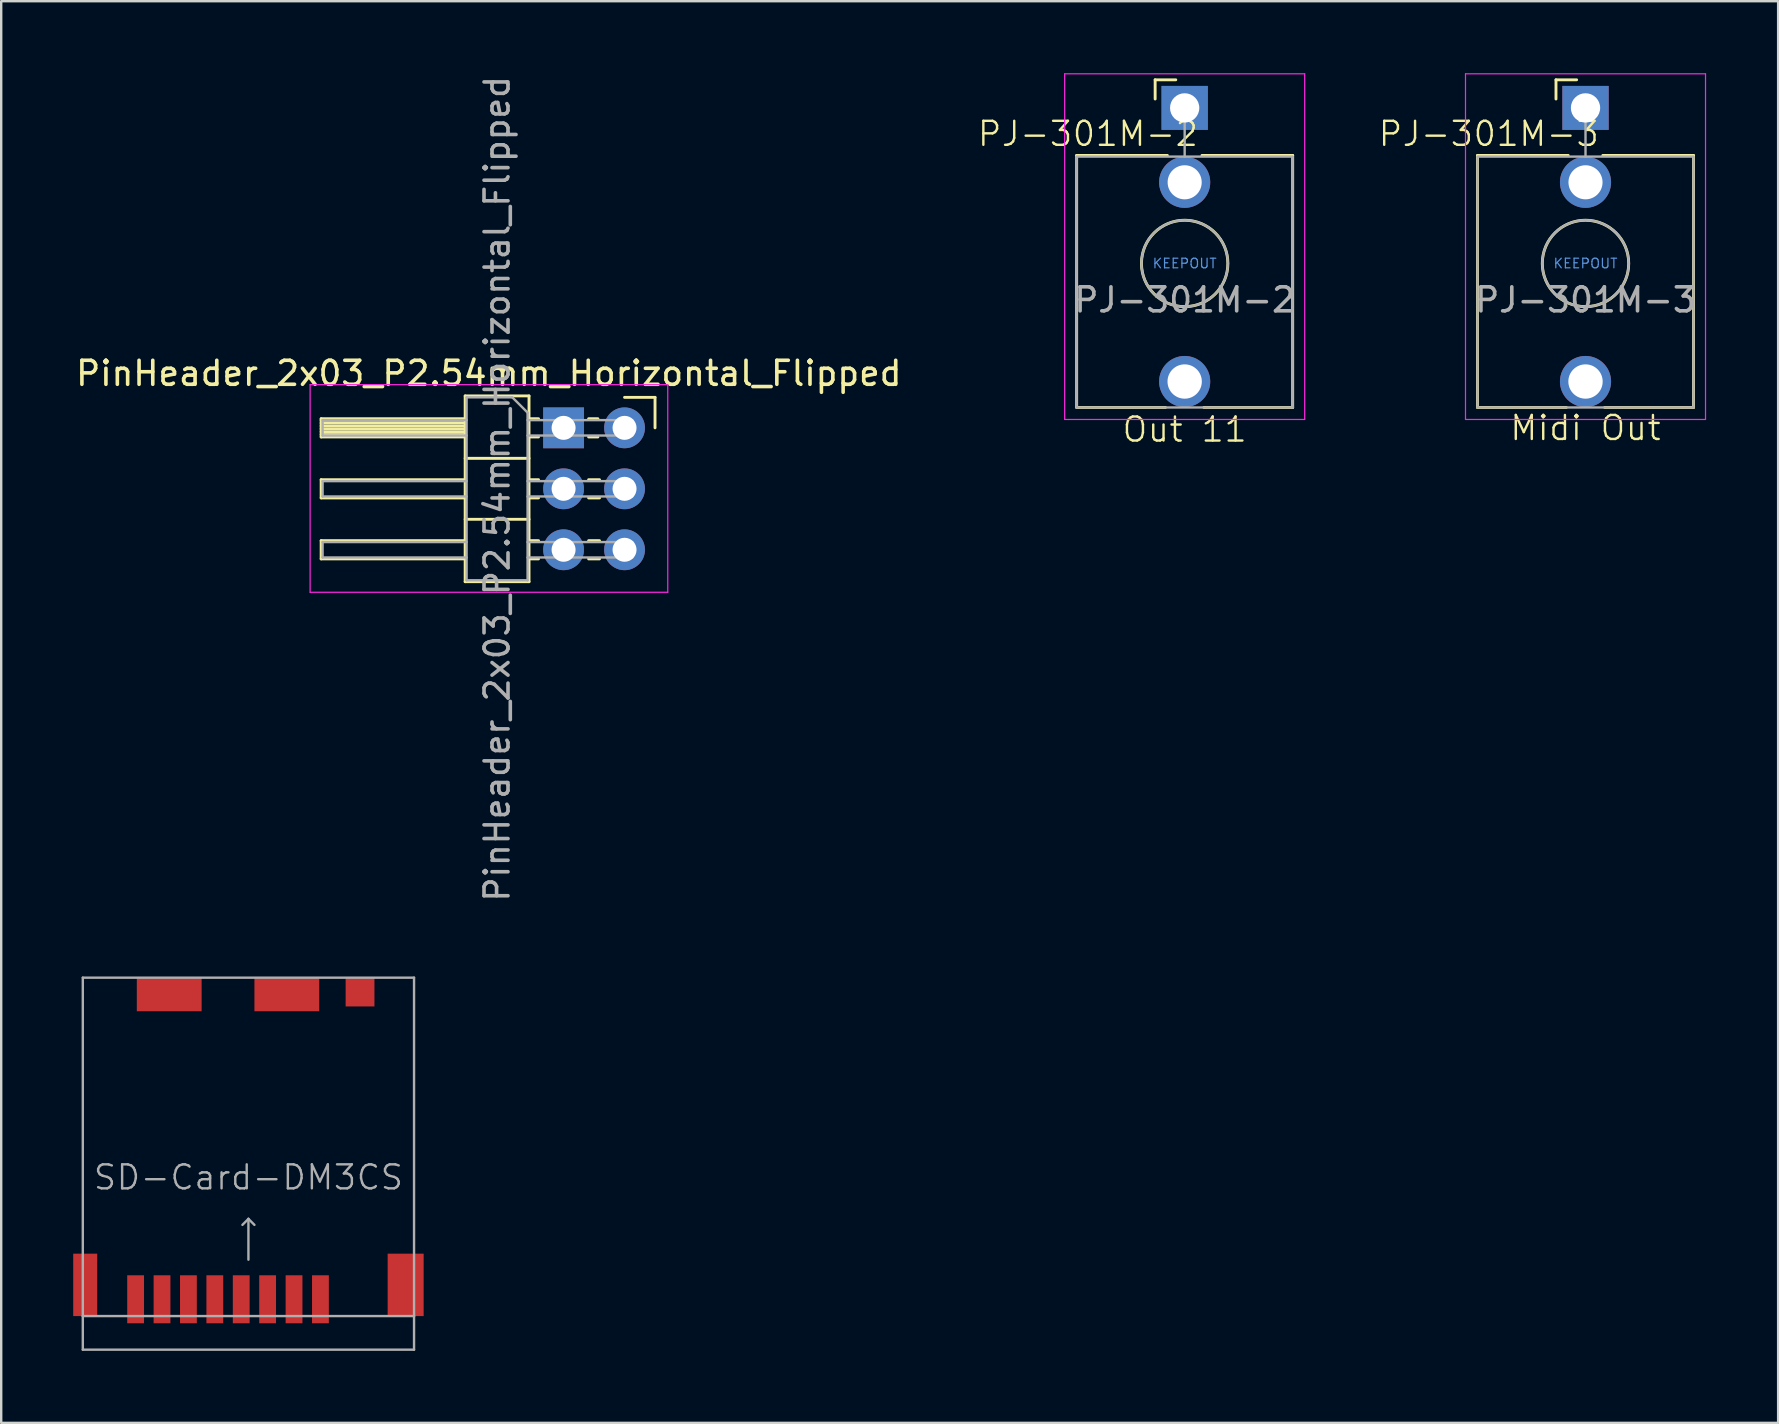
<source format=kicad_pcb>
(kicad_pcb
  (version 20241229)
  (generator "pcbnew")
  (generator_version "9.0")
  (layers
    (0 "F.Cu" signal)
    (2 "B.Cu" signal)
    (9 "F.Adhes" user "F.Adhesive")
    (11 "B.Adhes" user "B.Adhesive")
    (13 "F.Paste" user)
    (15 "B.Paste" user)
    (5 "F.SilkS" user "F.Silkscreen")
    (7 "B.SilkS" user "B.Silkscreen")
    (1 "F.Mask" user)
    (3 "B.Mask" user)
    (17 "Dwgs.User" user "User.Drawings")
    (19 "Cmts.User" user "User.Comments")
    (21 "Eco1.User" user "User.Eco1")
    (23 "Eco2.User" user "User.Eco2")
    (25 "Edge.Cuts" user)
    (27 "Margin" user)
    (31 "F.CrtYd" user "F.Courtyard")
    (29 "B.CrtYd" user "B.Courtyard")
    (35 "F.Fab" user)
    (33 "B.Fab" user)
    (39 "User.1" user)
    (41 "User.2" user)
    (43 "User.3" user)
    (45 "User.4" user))
  (footprint "SD-Card-DM3CS"
    (layer "F.Cu")
    (at 7.3 44.731)
    (property "Reference" "SD-Card-DM3CS" (at 0 1.27 0) (layer "F.Fab") (effects (font (size 1 1) (thickness 0.1))))
    (attr through_hole)
    (fp_line (start -6.9 -7.05) (end 6.9 -7.05) (stroke (width 0.1) (type solid)) (layer "F.Fab"))
    (fp_line (start -6.9 7.05) (end -6.9 -7.05) (stroke (width 0.1) (type solid)) (layer "F.Fab"))
    (fp_line (start -6.9 8.45) (end -6.9 7.05) (stroke (width 0.1) (type solid)) (layer "F.Fab"))
    (fp_line (start 0 3) (end -0.25 3.25) (stroke (width 0.1) (type solid)) (layer "F.Fab"))
    (fp_line (start 0 3) (end 0.25 3.25) (stroke (width 0.1) (type solid)) (layer "F.Fab"))
    (fp_line (start 0 4.7) (end 0 3) (stroke (width 0.1) (type solid)) (layer "F.Fab"))
    (fp_line (start 6.9 -7.05) (end 6.9 7.05) (stroke (width 0.1) (type solid)) (layer "F.Fab"))
    (fp_line (start 6.9 7.05) (end -6.9 7.05) (stroke (width 0.1) (type solid)) (layer "F.Fab"))
    (fp_line (start 6.9 7.05) (end 6.9 8.45) (stroke (width 0.1) (type solid)) (layer "F.Fab"))
    (fp_line (start 6.9 8.45) (end -6.9 8.45) (stroke (width 0.1) (type solid)) (layer "F.Fab"))
    (pad "1" smd rect (at 3 6.35) (size 0.7 2) (layers "F.Cu" "F.Mask" "F.Paste"))
    (pad "2" smd rect (at 1.9 6.35) (size 0.7 2) (layers "F.Cu" "F.Mask" "F.Paste"))
    (pad "3" smd rect (at 0.8 6.35) (size 0.7 2) (layers "F.Cu" "F.Mask" "F.Paste"))
    (pad "4" smd rect (at -0.3 6.35) (size 0.7 2) (layers "F.Cu" "F.Mask" "F.Paste"))
    (pad "5" smd rect (at -1.4 6.35) (size 0.7 2) (layers "F.Cu" "F.Mask" "F.Paste"))
    (pad "6" smd rect (at -2.5 6.35) (size 0.7 2) (layers "F.Cu" "F.Mask" "F.Paste"))
    (pad "7" smd rect (at -3.6 6.35) (size 0.7 2) (layers "F.Cu" "F.Mask" "F.Paste"))
    (pad "8" smd rect (at -4.7 6.35) (size 0.7 2) (layers "F.Cu" "F.Mask" "F.Paste"))
    (pad "9" smd rect (at -6.8 5.75) (size 1 2.6) (layers "F.Cu" "F.Mask" "F.Paste"))
    (pad "9" smd rect (at -3.3 -6.35) (size 2.7 1.4) (layers "F.Cu" "F.Mask" "F.Paste"))
    (pad "9" smd rect (at 1.6 -6.35) (size 2.7 1.4) (layers "F.Cu" "F.Mask" "F.Paste"))
    (pad "9" smd rect (at 4.65 -6.45) (size 1.2 1.2) (layers "F.Cu" "F.Mask" "F.Paste"))
    (pad "9" smd rect (at 6.55 5.75) (size 1.5 2.6) (layers "F.Cu" "F.Mask" "F.Paste")))
  (footprint "PinHeader_2x03_P2.54mm_Horizontal_Flipped"
    (layer "F.Cu")
    (at 20.43 14.775)
    (property "Reference" "PinHeader_2x03_P2.54mm_Horizontal_Flipped" (at -3.115 -2.27 180) (layer "F.SilkS") (effects (font (size 1 1) (thickness 0.15))))
    (attr through_hole)
    (fp_line (start -10.1 -0.38) (end -10.1 0.38) (stroke (width 0.12) (type solid)) (layer "F.SilkS"))
    (fp_line (start -10.1 0.38) (end -4.1 0.38) (stroke (width 0.12) (type solid)) (layer "F.SilkS"))
    (fp_line (start -10.1 2.16) (end -10.1 2.92) (stroke (width 0.12) (type solid)) (layer "F.SilkS"))
    (fp_line (start -10.1 2.92) (end -4.1 2.92) (stroke (width 0.12) (type solid)) (layer "F.SilkS"))
    (fp_line (start -10.1 4.7) (end -10.1 5.46) (stroke (width 0.12) (type solid)) (layer "F.SilkS"))
    (fp_line (start -10.1 5.46) (end -4.1 5.46) (stroke (width 0.12) (type solid)) (layer "F.SilkS"))
    (fp_line (start -4.1 -1.33) (end -1.44 -1.33) (stroke (width 0.12) (type solid)) (layer "F.SilkS"))
    (fp_line (start -4.1 -0.38) (end -10.1 -0.38) (stroke (width 0.12) (type solid)) (layer "F.SilkS"))
    (fp_line (start -4.1 -0.32) (end -10.1 -0.32) (stroke (width 0.12) (type solid)) (layer "F.SilkS"))
    (fp_line (start -4.1 -0.2) (end -10.1 -0.2) (stroke (width 0.12) (type solid)) (layer "F.SilkS"))
    (fp_line (start -4.1 -0.08) (end -10.1 -0.08) (stroke (width 0.12) (type solid)) (layer "F.SilkS"))
    (fp_line (start -4.1 0.04) (end -10.1 0.04) (stroke (width 0.12) (type solid)) (layer "F.SilkS"))
    (fp_line (start -4.1 0.16) (end -10.1 0.16) (stroke (width 0.12) (type solid)) (layer "F.SilkS"))
    (fp_line (start -4.1 0.28) (end -10.1 0.28) (stroke (width 0.12) (type solid)) (layer "F.SilkS"))
    (fp_line (start -4.1 2.16) (end -10.1 2.16) (stroke (width 0.12) (type solid)) (layer "F.SilkS"))
    (fp_line (start -4.1 4.7) (end -10.1 4.7) (stroke (width 0.12) (type solid)) (layer "F.SilkS"))
    (fp_line (start -4.1 6.41) (end -4.1 -1.33) (stroke (width 0.12) (type solid)) (layer "F.SilkS"))
    (fp_line (start -1.44 -1.33) (end -1.44 6.41) (stroke (width 0.12) (type solid)) (layer "F.SilkS"))
    (fp_line (start -1.44 1.27) (end -4.1 1.27) (stroke (width 0.12) (type solid)) (layer "F.SilkS"))
    (fp_line (start -1.44 3.81) (end -4.1 3.81) (stroke (width 0.12) (type solid)) (layer "F.SilkS"))
    (fp_line (start -1.44 6.41) (end -4.1 6.41) (stroke (width 0.12) (type solid)) (layer "F.SilkS"))
    (fp_line (start -1.043 -0.38) (end -1.44 -0.38) (stroke (width 0.12) (type solid)) (layer "F.SilkS"))
    (fp_line (start -1.043 0.38) (end -1.44 0.38) (stroke (width 0.12) (type solid)) (layer "F.SilkS"))
    (fp_line (start -1.043 2.16) (end -1.44 2.16) (stroke (width 0.12) (type solid)) (layer "F.SilkS"))
    (fp_line (start -1.043 2.92) (end -1.44 2.92) (stroke (width 0.12) (type solid)) (layer "F.SilkS"))
    (fp_line (start -1.043 4.7) (end -1.44 4.7) (stroke (width 0.12) (type solid)) (layer "F.SilkS"))
    (fp_line (start -1.043 5.46) (end -1.44 5.46) (stroke (width 0.12) (type solid)) (layer "F.SilkS"))
    (fp_line (start 1.43 -0.38) (end 1.043 -0.38) (stroke (width 0.12) (type solid)) (layer "F.SilkS"))
    (fp_line (start 1.43 0.38) (end 1.043 0.38) (stroke (width 0.12) (type solid)) (layer "F.SilkS"))
    (fp_line (start 1.497 2.16) (end 1.043 2.16) (stroke (width 0.12) (type solid)) (layer "F.SilkS"))
    (fp_line (start 1.497 2.92) (end 1.043 2.92) (stroke (width 0.12) (type solid)) (layer "F.SilkS"))
    (fp_line (start 1.497 4.7) (end 1.043 4.7) (stroke (width 0.12) (type solid)) (layer "F.SilkS"))
    (fp_line (start 1.497 5.46) (end 1.043 5.46) (stroke (width 0.12) (type solid)) (layer "F.SilkS"))
    (fp_line (start 3.81 -1.27) (end 2.54 -1.27) (stroke (width 0.12) (type solid)) (layer "F.SilkS"))
    (fp_line (start 3.81 0) (end 3.81 -1.27) (stroke (width 0.12) (type solid)) (layer "F.SilkS"))
    (fp_line (start -10.56 -1.8) (end 4.34 -1.8) (stroke (width 0.05) (type solid)) (layer "F.CrtYd"))
    (fp_line (start -10.56 6.85) (end -10.56 -1.8) (stroke (width 0.05) (type solid)) (layer "F.CrtYd"))
    (fp_line (start 4.34 -1.8) (end 4.34 6.85) (stroke (width 0.05) (type solid)) (layer "F.CrtYd"))
    (fp_line (start 4.34 6.85) (end -10.56 6.85) (stroke (width 0.05) (type solid)) (layer "F.CrtYd"))
    (fp_line (start -10.04 -0.32) (end -10.04 0.32) (stroke (width 0.1) (type solid)) (layer "F.Fab"))
    (fp_line (start -10.04 2.22) (end -10.04 2.86) (stroke (width 0.1) (type solid)) (layer "F.Fab"))
    (fp_line (start -10.04 4.76) (end -10.04 5.4) (stroke (width 0.1) (type solid)) (layer "F.Fab"))
    (fp_line (start -4.04 -1.27) (end -4.04 6.35) (stroke (width 0.1) (type solid)) (layer "F.Fab"))
    (fp_line (start -4.04 -0.32) (end -10.04 -0.32) (stroke (width 0.1) (type solid)) (layer "F.Fab"))
    (fp_line (start -4.04 0.32) (end -10.04 0.32) (stroke (width 0.1) (type solid)) (layer "F.Fab"))
    (fp_line (start -4.04 2.22) (end -10.04 2.22) (stroke (width 0.1) (type solid)) (layer "F.Fab"))
    (fp_line (start -4.04 2.86) (end -10.04 2.86) (stroke (width 0.1) (type solid)) (layer "F.Fab"))
    (fp_line (start -4.04 4.76) (end -10.04 4.76) (stroke (width 0.1) (type solid)) (layer "F.Fab"))
    (fp_line (start -4.04 5.4) (end -10.04 5.4) (stroke (width 0.1) (type solid)) (layer "F.Fab"))
    (fp_line (start -4.04 6.35) (end -1.5 6.35) (stroke (width 0.1) (type solid)) (layer "F.Fab"))
    (fp_line (start -2.135 -1.27) (end -4.04 -1.27) (stroke (width 0.1) (type solid)) (layer "F.Fab"))
    (fp_line (start -1.5 -0.635) (end -2.135 -1.27) (stroke (width 0.1) (type solid)) (layer "F.Fab"))
    (fp_line (start -1.5 6.35) (end -1.5 -0.635) (stroke (width 0.1) (type solid)) (layer "F.Fab"))
    (fp_line (start 2.86 -0.32) (end -1.5 -0.32) (stroke (width 0.1) (type solid)) (layer "F.Fab"))
    (fp_line (start 2.86 -0.32) (end 2.86 0.32) (stroke (width 0.1) (type solid)) (layer "F.Fab"))
    (fp_line (start 2.86 0.32) (end -1.5 0.32) (stroke (width 0.1) (type solid)) (layer "F.Fab"))
    (fp_line (start 2.86 2.22) (end -1.5 2.22) (stroke (width 0.1) (type solid)) (layer "F.Fab"))
    (fp_line (start 2.86 2.22) (end 2.86 2.86) (stroke (width 0.1) (type solid)) (layer "F.Fab"))
    (fp_line (start 2.86 2.86) (end -1.5 2.86) (stroke (width 0.1) (type solid)) (layer "F.Fab"))
    (fp_line (start 2.86 4.76) (end -1.5 4.76) (stroke (width 0.1) (type solid)) (layer "F.Fab"))
    (fp_line (start 2.86 4.76) (end 2.86 5.4) (stroke (width 0.1) (type solid)) (layer "F.Fab"))
    (fp_line (start 2.86 5.4) (end -1.5 5.4) (stroke (width 0.1) (type solid)) (layer "F.Fab"))
    (fp_text user "${REFERENCE}" (at -2.77 2.54 90) (layer "F.Fab") (effects (font (size 1 1) (thickness 0.15))))
    (pad "1" thru_hole rect (at 0 0) (size 1.7 1.7) (drill 1) (layers "*.Cu" "*.Mask"))
    (pad "2" thru_hole oval (at 2.54 0) (size 1.7 1.7) (drill 1) (layers "*.Cu" "*.Mask"))
    (pad "3" thru_hole oval (at 0 2.54) (size 1.7 1.7) (drill 1) (layers "*.Cu" "*.Mask"))
    (pad "4" thru_hole oval (at 2.54 2.54) (size 1.7 1.7) (drill 1) (layers "*.Cu" "*.Mask"))
    (pad "5" thru_hole oval (at 0 5.08) (size 1.7 1.7) (drill 1) (layers "*.Cu" "*.Mask"))
    (pad "6" thru_hole oval (at 2.54 5.08) (size 1.7 1.7) (drill 1) (layers "*.Cu" "*.Mask")))
  (footprint "PJ-301M-3"
    (layer "F.Cu")
    (at 63.006 1.445)
    (property "Reference" "PJ-301M-3" (at -4.03 1.08 180) (layer "F.SilkS") (effects (font (size 1 1) (thickness 0.1))))
    (property "Name" "Midi Out" (at 0 0 0) (layer "F.Fab") (hide yes) (effects (font (size 1.27 1.27) (thickness 0.15))))
    (attr through_hole)
    (fp_line (start -4.5 1.98) (end -4.5 12.48) (stroke (width 0.12) (type solid)) (layer "F.SilkS"))
    (fp_line (start -1.23 -1.17) (end -1.23 -0.37) (stroke (width 0.12) (type solid)) (layer "F.SilkS"))
    (fp_line (start -1.23 -1.17) (end -0.37 -1.17) (stroke (width 0.12) (type solid)) (layer "F.SilkS"))
    (fp_line (start -0.8 12.48) (end -4.5 12.48) (stroke (width 0.12) (type solid)) (layer "F.SilkS"))
    (fp_line (start -0.72 1.98) (end -4.5 1.98) (stroke (width 0.12) (type solid)) (layer "F.SilkS"))
    (fp_line (start 4.5 1.98) (end 0.72 1.98) (stroke (width 0.12) (type solid)) (layer "F.SilkS"))
    (fp_line (start 4.5 1.98) (end 4.5 12.48) (stroke (width 0.12) (type solid)) (layer "F.SilkS"))
    (fp_line (start 4.5 12.48) (end 0.8 12.48) (stroke (width 0.12) (type solid)) (layer "F.SilkS"))
    (fp_circle (center 0 6.48) (end 1.8 6.48) (stroke (width 0.12) (type solid)) (fill no) (layer "F.SilkS"))
    (fp_line (start -5 12.98) (end -5 -1.42) (stroke (width 0.05) (type solid)) (layer "F.CrtYd"))
    (fp_line (start 5 -1.42) (end -5 -1.42) (stroke (width 0.05) (type solid)) (layer "F.CrtYd"))
    (fp_line (start 5 12.98) (end -5 12.98) (stroke (width 0.05) (type solid)) (layer "F.CrtYd"))
    (fp_line (start 5 12.98) (end 5 -1.42) (stroke (width 0.05) (type solid)) (layer "F.CrtYd"))
    (fp_line (start -4.5 12.48) (end -4.5 2.08) (stroke (width 0.1) (type solid)) (layer "F.Fab"))
    (fp_line (start 0 0) (end 0 2.03) (stroke (width 0.1) (type solid)) (layer "F.Fab"))
    (fp_line (start 4.5 2.03) (end -4.5 2.03) (stroke (width 0.1) (type solid)) (layer "F.Fab"))
    (fp_line (start 4.5 12.48) (end -4.5 12.48) (stroke (width 0.1) (type solid)) (layer "F.Fab"))
    (fp_line (start 4.5 12.48) (end 4.5 2.08) (stroke (width 0.1) (type solid)) (layer "F.Fab"))
    (fp_circle (center 0 6.48) (end 1.8 6.48) (stroke (width 0.1) (type solid)) (fill no) (layer "F.Fab"))
    (fp_text user "${Name}" (at 0 13.335 180) (layer "F.SilkS") (effects (font (size 1 1) (thickness 0.1))))
    (fp_text user "KEEPOUT" (at 0 6.48 180) (layer "Cmts.User") (effects (font (size 0.4 0.4) (thickness 0.051))))
    (fp_text user "${REFERENCE}" (at 0 8 180) (layer "F.Fab") (effects (font (size 1 1) (thickness 0.15))))
    (pad "R" thru_hole circle (at 0 3.1 180) (size 2.13 2.13) (drill 1.42) (layers "*.Cu" "*.Mask"))
    (pad "S" thru_hole rect (at 0 0 180) (size 1.93 1.83) (drill 1.22) (layers "*.Cu" "*.Mask"))
    (pad "T" thru_hole circle (at 0 11.4 180) (size 2.13 2.13) (drill 1.43) (layers "*.Cu" "*.Mask"))
    (zone (net_name "") (layer "F.Cu") (hatch full 0.508) (connect_pads) (min_thickness 0.254) (filled_areas_thickness no) (keepout (tracks not_allowed) (vias not_allowed) (pads not_allowed) (copperpour not_allowed) (footprints not_allowed)) (placement (enabled no)) (fill) (polygon (pts (xy 64.512 7.925) (xy 64.491 7.679) (xy 64.431 7.44) (xy 64.333 7.214) (xy 64.199 7.007) (xy 64.033 6.824) (xy 63.839 6.671) (xy 63.623 6.552) (xy 63.391 6.47) (xy 63.148 6.427) (xy 62.901 6.424) (xy 62.658 6.461) (xy 62.423 6.537) (xy 62.204 6.651) (xy 62.007 6.799) (xy 61.837 6.978) (xy 61.698 7.182) (xy 61.594 7.405) (xy 61.528 7.643) (xy 61.502 7.888) (xy 61.516 8.134) (xy 61.57 8.375) (xy 61.663 8.604) (xy 61.792 8.814) (xy 61.953 9) (xy 62.143 9.158) (xy 62.356 9.282) (xy 62.587 9.37) (xy 62.828 9.42) (xy 63.075 9.429) (xy 63.319 9.397) (xy 63.556 9.326) (xy 63.777 9.218) (xy 63.978 9.075) (xy 64.153 8.901) (xy 64.297 8.7) (xy 64.406 8.479) (xy 64.478 8.243) (xy 64.51 7.999)))))
  (footprint "PJ-301M-2"
    (layer "F.Cu")
    (at 46.306 1.445)
    (property "Reference" "PJ-301M-2" (at -4.03 1.08 180) (layer "F.SilkS") (effects (font (size 1 1) (thickness 0.1))))
    (property "Name" "Out 11" (at 0 0 0) (layer "F.Fab") (hide yes) (effects (font (size 1.27 1.27) (thickness 0.15))))
    (attr through_hole)
    (fp_line (start -4.5 1.98) (end -4.5 12.48) (stroke (width 0.12) (type solid)) (layer "F.SilkS"))
    (fp_line (start -1.23 -1.17) (end -1.23 -0.37) (stroke (width 0.12) (type solid)) (layer "F.SilkS"))
    (fp_line (start -1.23 -1.17) (end -0.37 -1.17) (stroke (width 0.12) (type solid)) (layer "F.SilkS"))
    (fp_line (start -0.8 12.48) (end -4.5 12.48) (stroke (width 0.12) (type solid)) (layer "F.SilkS"))
    (fp_line (start -0.72 1.98) (end -4.5 1.98) (stroke (width 0.12) (type solid)) (layer "F.SilkS"))
    (fp_line (start 4.5 1.98) (end 0.72 1.98) (stroke (width 0.12) (type solid)) (layer "F.SilkS"))
    (fp_line (start 4.5 1.98) (end 4.5 12.48) (stroke (width 0.12) (type solid)) (layer "F.SilkS"))
    (fp_line (start 4.5 12.48) (end 0.8 12.48) (stroke (width 0.12) (type solid)) (layer "F.SilkS"))
    (fp_circle (center 0 6.48) (end 1.8 6.48) (stroke (width 0.12) (type solid)) (fill no) (layer "F.SilkS"))
    (fp_line (start -5 12.98) (end -5 -1.42) (stroke (width 0.05) (type solid)) (layer "F.CrtYd"))
    (fp_line (start 5 -1.42) (end -5 -1.42) (stroke (width 0.05) (type solid)) (layer "F.CrtYd"))
    (fp_line (start 5 12.98) (end -5 12.98) (stroke (width 0.05) (type solid)) (layer "F.CrtYd"))
    (fp_line (start 5 12.98) (end 5 -1.42) (stroke (width 0.05) (type solid)) (layer "F.CrtYd"))
    (fp_line (start -4.5 12.48) (end -4.5 2.08) (stroke (width 0.1) (type solid)) (layer "F.Fab"))
    (fp_line (start 0 0) (end 0 2.03) (stroke (width 0.1) (type solid)) (layer "F.Fab"))
    (fp_line (start 4.5 2.03) (end -4.5 2.03) (stroke (width 0.1) (type solid)) (layer "F.Fab"))
    (fp_line (start 4.5 12.48) (end -4.5 12.48) (stroke (width 0.1) (type solid)) (layer "F.Fab"))
    (fp_line (start 4.5 12.48) (end 4.5 2.08) (stroke (width 0.1) (type solid)) (layer "F.Fab"))
    (fp_circle (center 0 6.48) (end 1.8 6.48) (stroke (width 0.1) (type solid)) (fill no) (layer "F.Fab"))
    (fp_text user "${Name}" (at 0 13.4 180) (layer "F.SilkS") (effects (font (size 1 1) (thickness 0.1))))
    (fp_text user "KEEPOUT" (at 0 6.48 180) (layer "Cmts.User") (effects (font (size 0.4 0.4) (thickness 0.051))))
    (fp_text user "${REFERENCE}" (at 0 8 180) (layer "F.Fab") (effects (font (size 1 1) (thickness 0.15))))
    (pad "S" thru_hole rect (at 0 0 180) (size 1.93 1.83) (drill 1.22) (layers "*.Cu" "*.Mask"))
    (pad "T" thru_hole circle (at 0 11.4 180) (size 2.13 2.13) (drill 1.43) (layers "*.Cu" "*.Mask"))
    (pad "TN" thru_hole circle (at 0 3.1 180) (size 2.13 2.13) (drill 1.42) (layers "*.Cu" "*.Mask"))
    (zone (net_name "") (layer "F.Cu") (hatch full 0.508) (connect_pads) (min_thickness 0.254) (filled_areas_thickness no) (keepout (tracks not_allowed) (vias not_allowed) (pads not_allowed) (copperpour not_allowed) (footprints not_allowed)) (placement (enabled no)) (fill) (polygon (pts (xy 47.811 7.925) (xy 47.791 7.679) (xy 47.731 7.44) (xy 47.633 7.214) (xy 47.499 7.007) (xy 47.333 6.824) (xy 47.139 6.671) (xy 46.923 6.552) (xy 46.691 6.47) (xy 46.448 6.427) (xy 46.201 6.424) (xy 45.957 6.461) (xy 45.723 6.537) (xy 45.504 6.651) (xy 45.307 6.799) (xy 45.136 6.978) (xy 44.997 7.182) (xy 44.894 7.405) (xy 44.828 7.643) (xy 44.802 7.888) (xy 44.816 8.134) (xy 44.87 8.375) (xy 44.963 8.604) (xy 45.092 8.814) (xy 45.253 9) (xy 45.443 9.158) (xy 45.656 9.282) (xy 45.886 9.37) (xy 46.128 9.42) (xy 46.374 9.429) (xy 46.619 9.397) (xy 46.855 9.326) (xy 47.077 9.218) (xy 47.278 9.075) (xy 47.452 8.901) (xy 47.596 8.7) (xy 47.706 8.479) (xy 47.777 8.243) (xy 47.81 7.999)))))
  (gr_rect
    (start -3 -3)
    (end 71.031 56.231)
    (stroke (width 0.1) (type default))
    (fill no)
    (layer "Edge.Cuts")))
</source>
